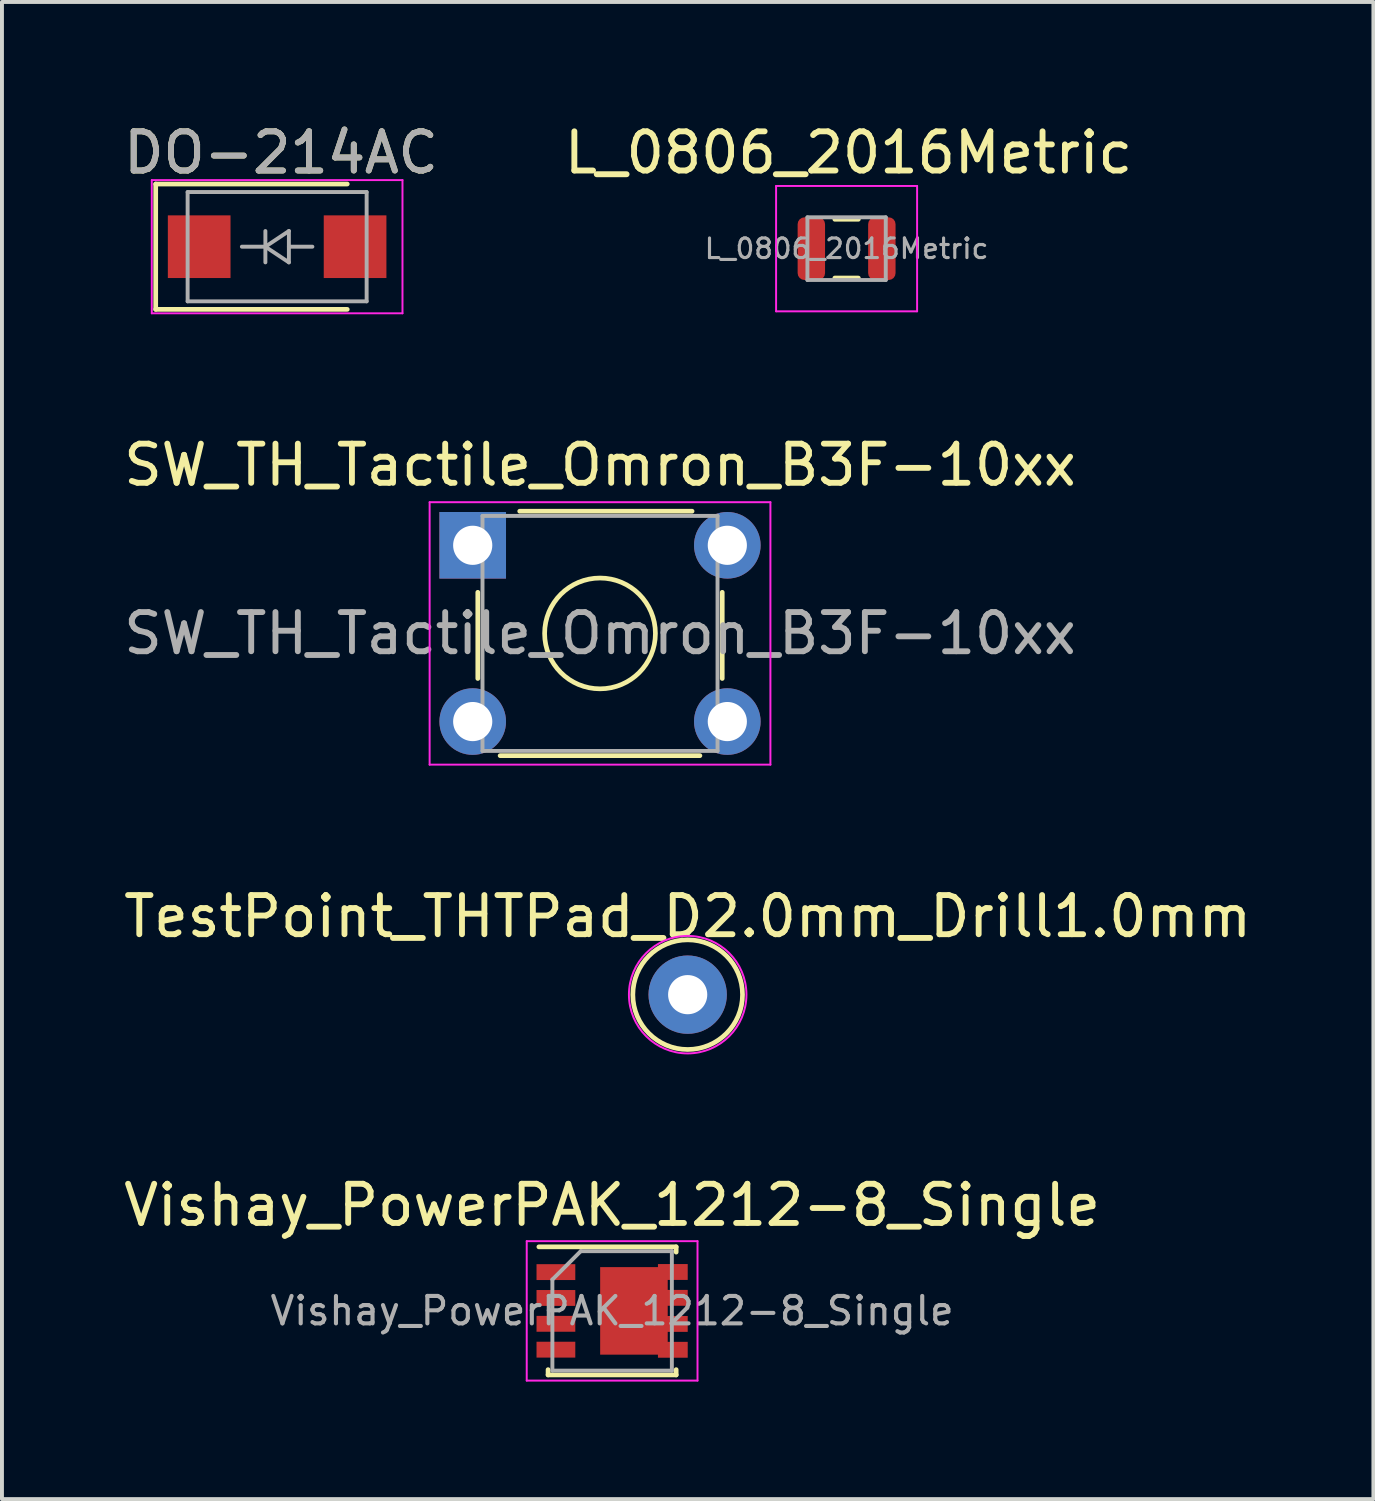
<source format=kicad_pcb>
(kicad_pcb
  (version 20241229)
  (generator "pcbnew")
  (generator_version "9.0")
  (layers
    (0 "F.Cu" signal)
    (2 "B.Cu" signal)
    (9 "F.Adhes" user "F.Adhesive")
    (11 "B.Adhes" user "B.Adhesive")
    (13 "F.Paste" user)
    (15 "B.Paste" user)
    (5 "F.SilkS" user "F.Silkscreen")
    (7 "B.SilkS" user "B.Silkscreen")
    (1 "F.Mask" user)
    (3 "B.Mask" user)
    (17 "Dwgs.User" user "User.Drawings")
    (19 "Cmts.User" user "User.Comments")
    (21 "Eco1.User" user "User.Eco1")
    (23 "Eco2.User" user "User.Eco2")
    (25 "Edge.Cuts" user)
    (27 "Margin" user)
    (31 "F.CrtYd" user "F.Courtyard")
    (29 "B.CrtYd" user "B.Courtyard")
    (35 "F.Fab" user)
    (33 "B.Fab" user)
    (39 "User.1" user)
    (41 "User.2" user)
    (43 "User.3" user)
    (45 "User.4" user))
  (footprint "Vishay_PowerPAK_1212-8_Single"
    (layer "F.Cu")
    (at 12.577 30.416)
    (property "Reference" "Vishay_PowerPAK_1212-8_Single" (at 0 -2.7 0) (layer "F.SilkS") (effects (font (size 1 1) (thickness 0.15))))
    (attr smd)
    (fp_line (start -1.87 -1.635) (end 1.635 -1.635) (stroke (width 0.12) (type solid)) (layer "F.SilkS"))
    (fp_line (start -1.635 1.5) (end -1.635 1.635) (stroke (width 0.12) (type solid)) (layer "F.SilkS"))
    (fp_line (start -1.635 1.635) (end 1.635 1.635) (stroke (width 0.12) (type solid)) (layer "F.SilkS"))
    (fp_line (start 1.635 -1.635) (end 1.635 -1.5) (stroke (width 0.12) (type solid)) (layer "F.SilkS"))
    (fp_line (start 1.635 1.5) (end 1.635 1.635) (stroke (width 0.12) (type solid)) (layer "F.SilkS"))
    (fp_line (start -2.18 -1.78) (end -2.18 1.78) (stroke (width 0.05) (type solid)) (layer "F.CrtYd"))
    (fp_line (start -2.18 -1.78) (end 2.18 -1.78) (stroke (width 0.05) (type solid)) (layer "F.CrtYd"))
    (fp_line (start -2.18 1.78) (end 2.18 1.78) (stroke (width 0.05) (type solid)) (layer "F.CrtYd"))
    (fp_line (start 2.18 -1.78) (end 2.18 1.78) (stroke (width 0.05) (type solid)) (layer "F.CrtYd"))
    (fp_line (start -1.525 -0.8) (end -1.525 1.525) (stroke (width 0.1) (type solid)) (layer "F.Fab"))
    (fp_line (start -1.525 -0.8) (end -0.8 -1.525) (stroke (width 0.1) (type solid)) (layer "F.Fab"))
    (fp_line (start -1.525 1.525) (end 1.525 1.525) (stroke (width 0.1) (type solid)) (layer "F.Fab"))
    (fp_line (start -0.8 -1.525) (end 1.525 -1.525) (stroke (width 0.1) (type solid)) (layer "F.Fab"))
    (fp_line (start 1.525 -1.525) (end 1.525 1.525) (stroke (width 0.1) (type solid)) (layer "F.Fab"))
    (fp_text user "${REFERENCE}" (at 0 0 0) (layer "F.Fab") (effects (font (size 0.7 0.7) (thickness 0.105))))
    (pad "1" smd rect (at -1.435 -0.99) (size 0.99 0.405) (layers "F.Cu" "F.Mask" "F.Paste"))
    (pad "2" smd rect (at -1.435 -0.33) (size 0.99 0.405) (layers "F.Cu" "F.Mask" "F.Paste"))
    (pad "3" smd rect (at -1.435 0.33) (size 0.99 0.405) (layers "F.Cu" "F.Mask" "F.Paste"))
    (pad "4" smd rect (at -1.435 0.99) (size 0.99 0.405) (layers "F.Cu" "F.Mask" "F.Paste"))
    (pad "5" smd rect (at 0.557 0 180) (size 1.725 2.235) (layers "F.Cu" "F.Mask" "F.Paste"))
    (pad "5" smd rect (at 1.55 -0.993 90) (size 0.405 0.76) (layers "F.Cu" "F.Mask" "F.Paste"))
    (pad "5" smd rect (at 1.55 -0.333 90) (size 0.405 0.76) (layers "F.Cu" "F.Mask" "F.Paste"))
    (pad "5" smd rect (at 1.55 0.333 90) (size 0.405 0.76) (layers "F.Cu" "F.Mask" "F.Paste"))
    (pad "5" smd rect (at 1.55 0.993 90) (size 0.405 0.76) (layers "F.Cu" "F.Mask" "F.Paste")))
  (footprint "DO-214AC"
    (layer "F.Cu")
    (at 4.025 3.248)
    (property "Reference" "DO-214AC" (at 0.1 -2.4 0) (layer "F.SilkS") (effects (font (size 1 1) (thickness 0.15))))
    (attr smd)
    (fp_line (start -3.1 -1.6) (end -3.1 1.6) (stroke (width 0.12) (type solid)) (layer "F.SilkS"))
    (fp_line (start -3.1 -1.6) (end 1.79 -1.6) (stroke (width 0.12) (type solid)) (layer "F.SilkS"))
    (fp_line (start -3.1 1.6) (end 1.79 1.6) (stroke (width 0.12) (type solid)) (layer "F.SilkS"))
    (fp_line (start -3.2 -1.7) (end 3.2 -1.7) (stroke (width 0.05) (type solid)) (layer "F.CrtYd"))
    (fp_line (start -3.2 1.7) (end -3.2 -1.7) (stroke (width 0.05) (type solid)) (layer "F.CrtYd"))
    (fp_line (start 3.2 -1.7) (end 3.2 1.7) (stroke (width 0.05) (type solid)) (layer "F.CrtYd"))
    (fp_line (start 3.2 1.7) (end -3.2 1.7) (stroke (width 0.05) (type solid)) (layer "F.CrtYd"))
    (fp_line (start -2.285 1.395) (end -2.285 -1.395) (stroke (width 0.1) (type solid)) (layer "F.Fab"))
    (fp_line (start -0.3 -0.4) (end -0.3 0.4) (stroke (width 0.1) (type solid)) (layer "F.Fab"))
    (fp_line (start -0.3 0) (end -0.9 0) (stroke (width 0.1) (type solid)) (layer "F.Fab"))
    (fp_line (start -0.3 0) (end 0.3 -0.4) (stroke (width 0.1) (type solid)) (layer "F.Fab"))
    (fp_line (start -0.3 0.001) (end 0.3 0.4) (stroke (width 0.1) (type solid)) (layer "F.Fab"))
    (fp_line (start 0.3 0) (end 0.9 0) (stroke (width 0.1) (type solid)) (layer "F.Fab"))
    (fp_line (start 0.3 0.4) (end 0.3 -0.4) (stroke (width 0.1) (type solid)) (layer "F.Fab"))
    (fp_line (start 2.285 -1.395) (end -2.285 -1.395) (stroke (width 0.1) (type solid)) (layer "F.Fab"))
    (fp_line (start 2.285 -1.395) (end 2.285 1.395) (stroke (width 0.1) (type solid)) (layer "F.Fab"))
    (fp_line (start 2.285 1.395) (end -2.285 1.395) (stroke (width 0.1) (type solid)) (layer "F.Fab"))
    (fp_text user "${REFERENCE}" (at 0.1 -2.4 0) (layer "F.Fab") (effects (font (size 1 1) (thickness 0.15))))
    (pad "1" smd rect (at -1.99 0) (size 1.6 1.6) (layers "F.Cu" "F.Mask" "F.Paste"))
    (pad "2" smd rect (at 1.99 0) (size 1.6 1.6) (layers "F.Cu" "F.Mask" "F.Paste")))
  (footprint "SW_TH_Tactile_Omron_B3F-10xx"
    (layer "F.Cu")
    (at 9.018 10.871)
    (property "Reference" "SW_TH_Tactile_Omron_B3F-10xx" (at 3.25 -2.05 0) (layer "F.SilkS") (effects (font (size 1 1) (thickness 0.15))))
    (attr through_hole)
    (fp_line (start 0.13 3.4) (end 0.13 1.2) (stroke (width 0.12) (type solid)) (layer "F.SilkS"))
    (fp_line (start 0.7 5.37) (end 5.8 5.37) (stroke (width 0.12) (type solid)) (layer "F.SilkS"))
    (fp_line (start 1.2 -0.87) (end 5.6 -0.87) (stroke (width 0.12) (type solid)) (layer "F.SilkS"))
    (fp_line (start 6.37 1.2) (end 6.37 3.4) (stroke (width 0.12) (type solid)) (layer "F.SilkS"))
    (fp_circle (center 3.25 2.25) (end 4.25 3.25) (stroke (width 0.12) (type solid)) (fill no) (layer "F.SilkS"))
    (fp_line (start -1.1 -1.1) (end -1.1 5.6) (stroke (width 0.05) (type solid)) (layer "F.CrtYd"))
    (fp_line (start -1.1 -1.1) (end 7.6 -1.1) (stroke (width 0.05) (type solid)) (layer "F.CrtYd"))
    (fp_line (start -1.1 5.6) (end 7.6 5.6) (stroke (width 0.05) (type solid)) (layer "F.CrtYd"))
    (fp_line (start 7.6 5.6) (end 7.6 -1.1) (stroke (width 0.05) (type solid)) (layer "F.CrtYd"))
    (fp_line (start 0.25 -0.75) (end 0.25 5.25) (stroke (width 0.1) (type solid)) (layer "F.Fab"))
    (fp_line (start 0.25 -0.75) (end 6.25 -0.75) (stroke (width 0.1) (type solid)) (layer "F.Fab"))
    (fp_line (start 0.25 5.25) (end 6.25 5.25) (stroke (width 0.1) (type solid)) (layer "F.Fab"))
    (fp_line (start 6.25 -0.75) (end 6.25 5.25) (stroke (width 0.1) (type solid)) (layer "F.Fab"))
    (fp_text user "${REFERENCE}" (at 3.25 2.25 0) (layer "F.Fab") (effects (font (size 1 1) (thickness 0.15))))
    (pad "1" thru_hole rect (at 0 0) (size 1.7 1.7) (drill 1) (layers "*.Cu" "*.Mask"))
    (pad "1" thru_hole circle (at 6.5 0) (size 1.7 1.7) (drill 1) (layers "*.Cu" "*.Mask"))
    (pad "2" thru_hole circle (at 0 4.5) (size 1.7 1.7) (drill 1) (layers "*.Cu" "*.Mask"))
    (pad "2" thru_hole circle (at 6.5 4.5) (size 1.7 1.7) (drill 1) (layers "*.Cu" "*.Mask")))
  (footprint "L_0806_2016Metric"
    (layer "F.Cu")
    (at 18.563 3.298)
    (property "Reference" "L_0806_2016Metric" (at 0.05 -2.45 0) (layer "F.SilkS") (effects (font (size 1 1) (thickness 0.15))))
    (attr smd)
    (fp_line (start -0.3 -0.75) (end 0.3 -0.75) (stroke (width 0.12) (type solid)) (layer "F.SilkS"))
    (fp_line (start -0.3 0.75) (end 0.3 0.75) (stroke (width 0.12) (type solid)) (layer "F.SilkS"))
    (fp_line (start -1.8 -1.6) (end 1.8 -1.6) (stroke (width 0.05) (type solid)) (layer "F.CrtYd"))
    (fp_line (start -1.8 1.6) (end -1.8 -1.6) (stroke (width 0.05) (type solid)) (layer "F.CrtYd"))
    (fp_line (start 1.8 -1.6) (end 1.8 1.6) (stroke (width 0.05) (type solid)) (layer "F.CrtYd"))
    (fp_line (start 1.8 1.6) (end -1.8 1.6) (stroke (width 0.05) (type solid)) (layer "F.CrtYd"))
    (fp_line (start -1 -0.8) (end 1 -0.8) (stroke (width 0.1) (type solid)) (layer "F.Fab"))
    (fp_line (start -1 0.8) (end -1 -0.8) (stroke (width 0.1) (type solid)) (layer "F.Fab"))
    (fp_line (start 1 -0.8) (end 1 0.8) (stroke (width 0.1) (type solid)) (layer "F.Fab"))
    (fp_line (start 1 0.8) (end -1 0.8) (stroke (width 0.1) (type solid)) (layer "F.Fab"))
    (fp_text user "${REFERENCE}" (at 0 0 0) (layer "F.Fab") (effects (font (size 0.5 0.5) (thickness 0.08))))
    (pad "1" smd roundrect (at -0.9 0) (size 0.7 1.6) (layers "F.Cu" "F.Mask" "F.Paste") (roundrect_rratio 0.25))
    (pad "2" smd roundrect (at 0.9 0) (size 0.7 1.6) (layers "F.Cu" "F.Mask" "F.Paste") (roundrect_rratio 0.25)))
  (footprint "TestPoint_THTPad_D2.0mm_Drill1.0mm"
    (layer "F.Cu")
    (at 14.506 22.343)
    (property "Reference" "TestPoint_THTPad_D2.0mm_Drill1.0mm" (at 0 -1.998 0) (layer "F.SilkS") (effects (font (size 1 1) (thickness 0.15))))
    (attr exclude_from_pos_files exclude_from_bom)
    (fp_circle (center 0 0) (end 1.4 0) (stroke (width 0.12) (type solid)) (fill no) (layer "F.SilkS"))
    (fp_circle (center 0 0) (end 1.5 0) (stroke (width 0.05) (type solid)) (fill no) (layer "F.CrtYd"))
    (pad "1" thru_hole circle (at 0 0) (size 2 2) (drill 1) (layers "*.Cu" "*.Mask")))
  (gr_rect
    (start -3 -3)
    (end 32.012 35.221)
    (stroke (width 0.1) (type default))
    (fill no)
    (layer "Edge.Cuts")))
</source>
